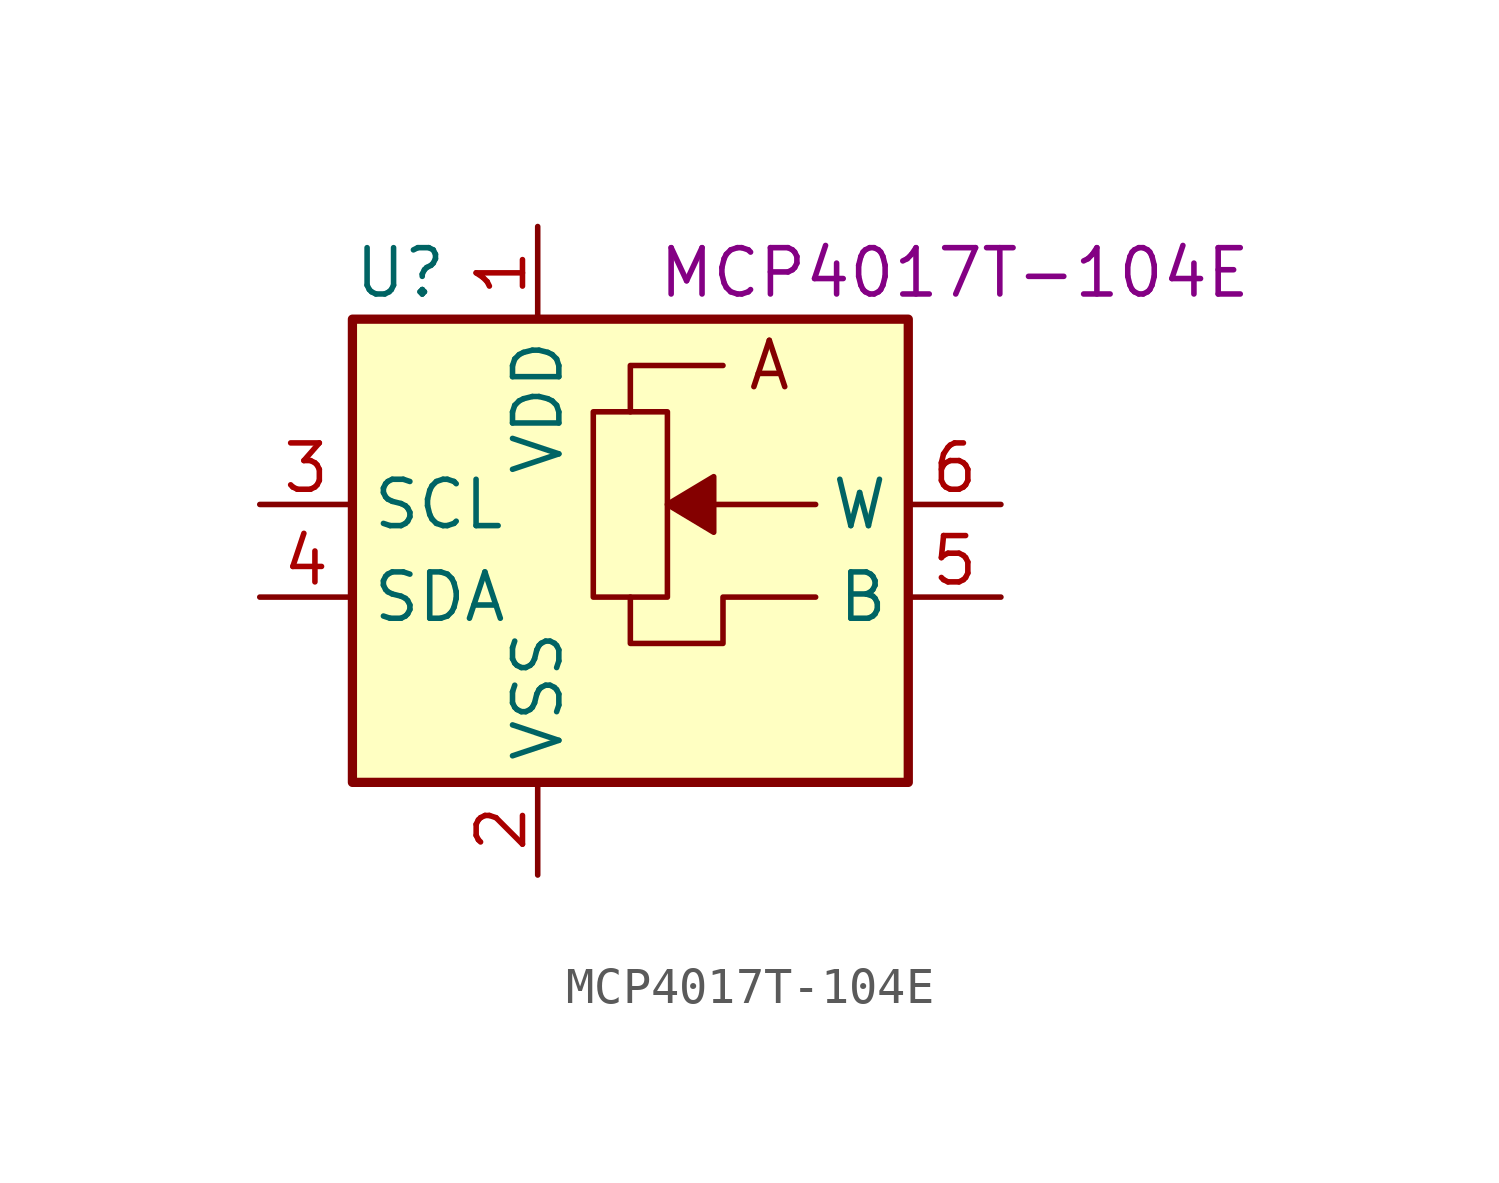
<source format=kicad_sym>
(kicad_symbol_lib
  (version 20220914)
  (generator kicad_symbol_editor)
  (symbol "MCP4017T-104E"
    (property "Reference" "U"
      (at -7.62 8.89 0)
      (effects (font (size 1.27 1.27)) (justify left)))
    (property "UserValue" "MCP4017T-104E"
      (at 8.89 8.89 0)
      (effects (font (size 1.27 1.27))))
    (symbol "MCP4017T-104E_0_0"
      (polyline (pts (xy 0 5.08) (xy 0 6.35) (xy 2.54 6.35)) (stroke (width 0) (type default)) (fill (type none)))
      (polyline (pts (xy 5.08 0) (xy 2.54 0) (xy 2.54 -1.27) (xy 0 -1.27) (xy 0 0)) (stroke (width 0) (type default)) (fill (type none)))
      (text "A" (at 3.81 6.35 0) (effects (font (size 1.27 1.27)))))
    (symbol "MCP4017T-104E_1_1"
      (rectangle (start -7.62 7.62) (end 7.62 -5.08) (stroke (width 0.254) (type default)) (fill (type background)))
      (polyline (pts (xy 5.08 2.54) (xy 2.286 2.54)) (stroke (width 0) (type default)) (fill (type none)))
      (polyline (pts (xy 2.286 1.778) (xy 2.286 3.302) (xy 1.016 2.54) (xy 2.286 1.778)) (stroke (width 0) (type default)) (fill (type outline)))
      (rectangle (start 1.016 0) (end -1.016 5.08) (stroke (width 0) (type default)) (fill (type none)))
      (pin power_in line (at -2.54 10.16 270) (length 2.54) (name "VDD" (effects (font (size 1.27 1.27)))) (number "1" (effects (font (size 1.27 1.27)))))
      (pin power_in line (at -2.54 -7.62 90) (length 2.54) (name "VSS" (effects (font (size 1.27 1.27)))) (number "2" (effects (font (size 1.27 1.27)))))
      (pin input line (at -10.16 2.54 0) (length 2.54) (name "SCL" (effects (font (size 1.27 1.27)))) (number "3" (effects (font (size 1.27 1.27)))))
      (pin bidirectional line (at -10.16 0 0) (length 2.54) (name "SDA" (effects (font (size 1.27 1.27)))) (number "4" (effects (font (size 1.27 1.27)))))
      (pin passive line (at 10.16 0 180) (length 2.54) (name "B" (effects (font (size 1.27 1.27)))) (number "5" (effects (font (size 1.27 1.27)))))
      (pin passive line (at 10.16 2.54 180) (length 2.54) (name "W" (effects (font (size 1.27 1.27)))) (number "6" (effects (font (size 1.27 1.27))))))))
</source>
